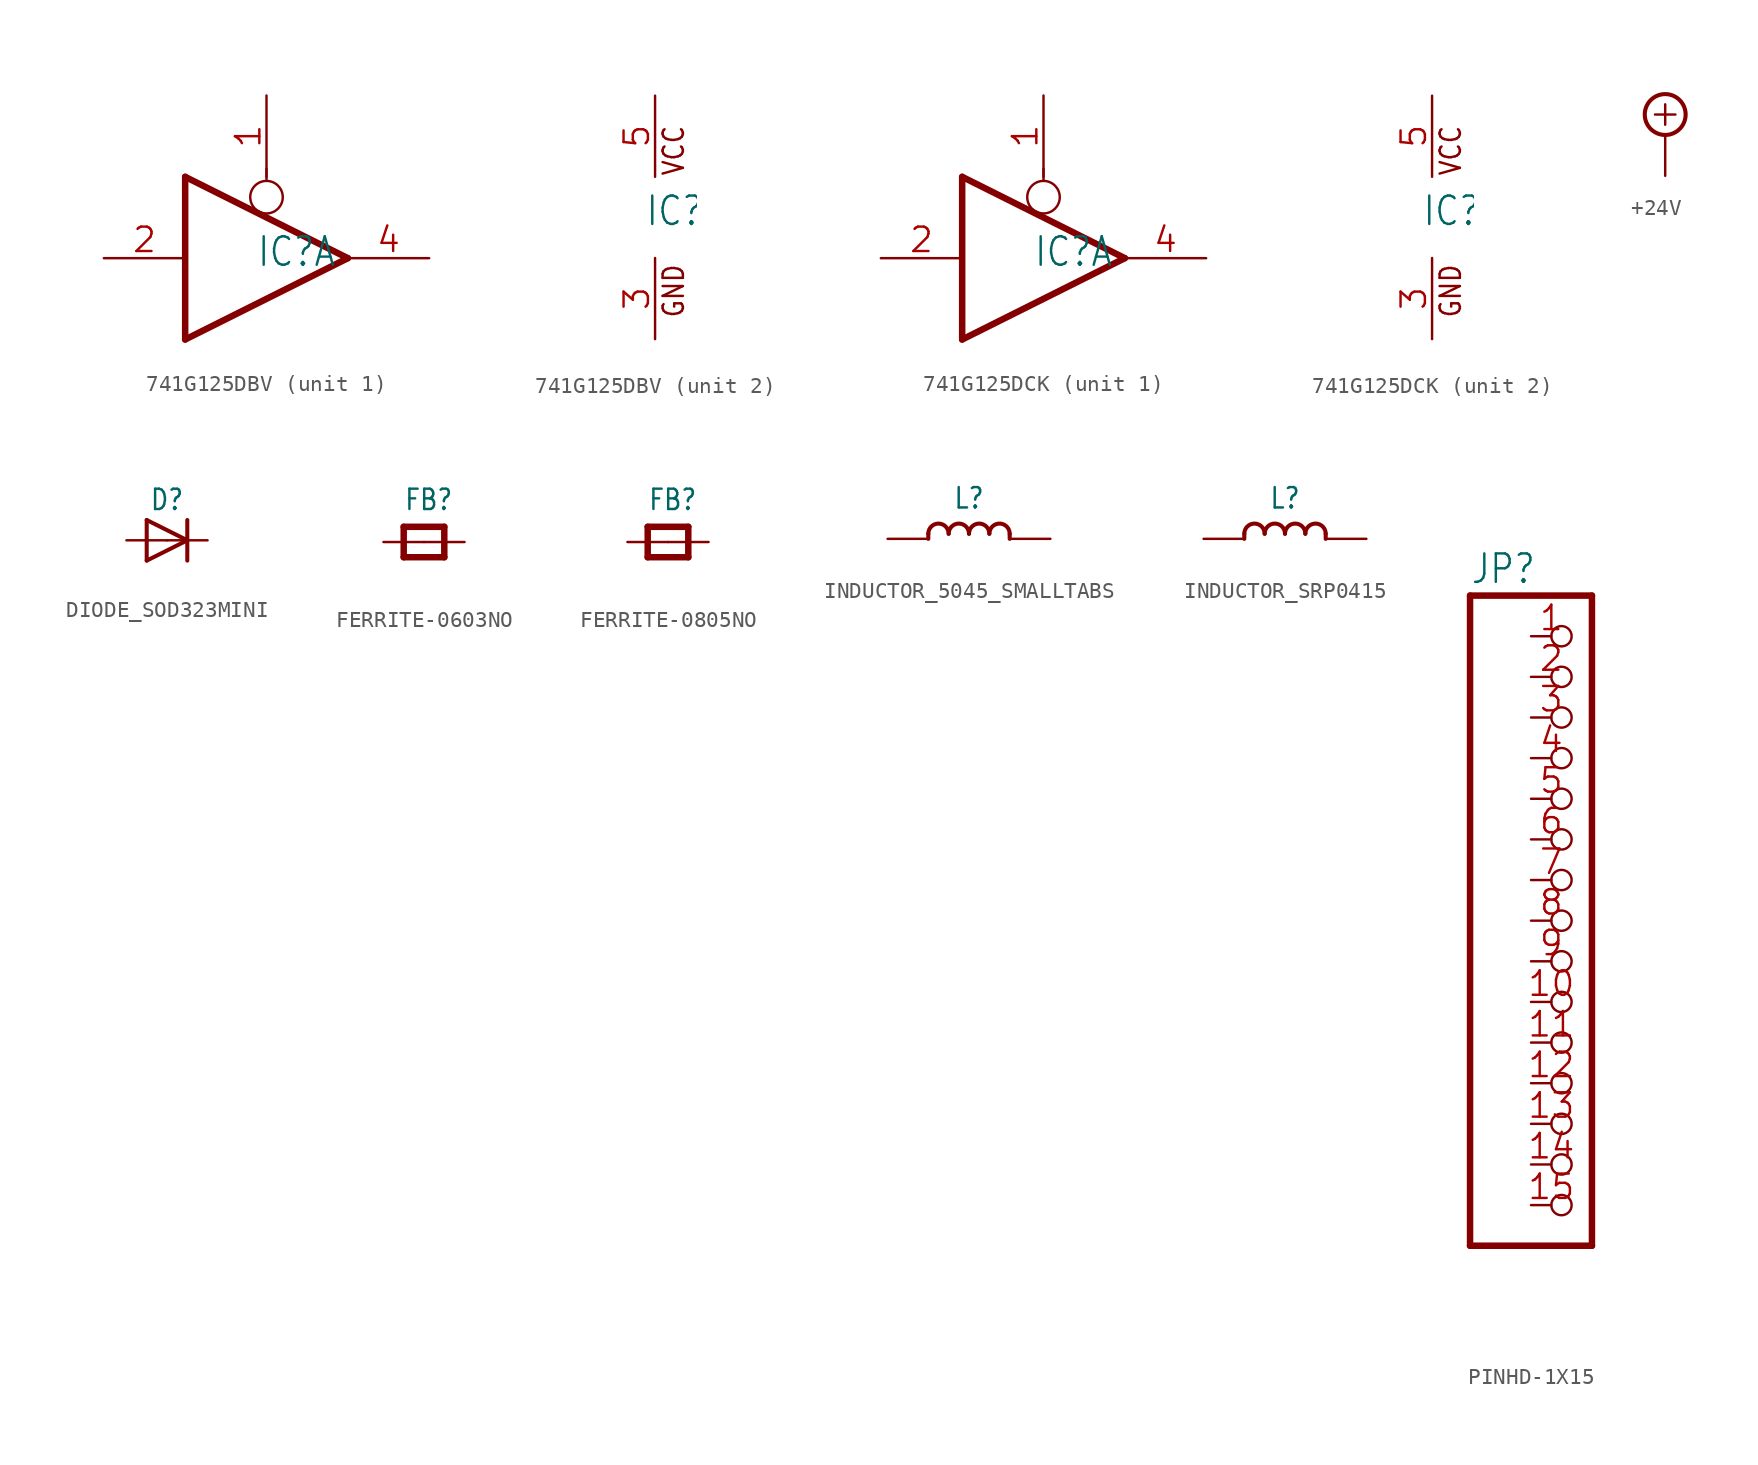
<source format=kicad_sym>
(kicad_symbol_lib
  (version 20241209)
  (generator "kicad_symbol_editor")
  (generator_version "9.0")
  (symbol "741G125DBV"
    (property "Reference" "IC"
      (at -0.635 -0.635 0)
      (effects (font (size 1.778 1.511)) (justify left bottom)))
    (property "ki_locked" ""
      (at 0 0 0)
      (effects (font (size 1.27 1.27))))
    (symbol "741G125DBV_1_0"
      (polyline (pts (xy -5.08 -5.08) (xy -5.08 5.08)) (stroke (width 0.406) (type solid)) (fill (type none)))
      (polyline (pts (xy 0 4.826) (xy 0 5.588)) (stroke (width 0.152) (type solid)) (fill (type none)))
      (circle (center 0 3.81) (radius 1.016) (stroke (width 0.152) (type solid)) (fill (type none)))
      (polyline (pts (xy 5.08 0) (xy -5.08 5.08)) (stroke (width 0.406) (type solid)) (fill (type none)))
      (polyline (pts (xy 5.08 0) (xy -5.08 -5.08)) (stroke (width 0.406) (type solid)) (fill (type none)))
      (pin input line (at -10.16 0 0) (length 5.08) (name "I" (effects (font (size 0 0)))) (number "2" (effects (font (size 1.524 1.524)))))
      (pin input line (at 0 10.16 270) (length 5.08) (name "OE" (effects (font (size 0 0)))) (number "1" (effects (font (size 1.524 1.524)))))
      (pin tri_state line (at 10.16 0 180) (length 5.08) (name "O" (effects (font (size 0 0)))) (number "4" (effects (font (size 1.524 1.524))))))
    (symbol "741G125DBV_2_0"
      (text "VCC" (at 1.905 2.54 900) (effects (font (size 1.27 1.079)) (justify left bottom)))
      (text "GND" (at 1.905 -6.35 900) (effects (font (size 1.27 1.079)) (justify left bottom)))
      (pin power_in line (at 0 7.62 270) (length 5.08) (name "VCC" (effects (font (size 0 0)))) (number "5" (effects (font (size 1.524 1.524)))))
      (pin power_in line (at 0 -7.62 90) (length 5.08) (name "GND" (effects (font (size 0 0)))) (number "3" (effects (font (size 1.524 1.524)))))))
  (symbol "741G125DCK"
    (property "Reference" "IC"
      (at -0.635 -0.635 0)
      (effects (font (size 1.778 1.511)) (justify left bottom)))
    (property "ki_locked" ""
      (at 0 0 0)
      (effects (font (size 1.27 1.27))))
    (symbol "741G125DCK_1_0"
      (polyline (pts (xy -5.08 -5.08) (xy -5.08 5.08)) (stroke (width 0.406) (type solid)) (fill (type none)))
      (polyline (pts (xy 0 4.826) (xy 0 5.588)) (stroke (width 0.152) (type solid)) (fill (type none)))
      (circle (center 0 3.81) (radius 1.016) (stroke (width 0.152) (type solid)) (fill (type none)))
      (polyline (pts (xy 5.08 0) (xy -5.08 5.08)) (stroke (width 0.406) (type solid)) (fill (type none)))
      (polyline (pts (xy 5.08 0) (xy -5.08 -5.08)) (stroke (width 0.406) (type solid)) (fill (type none)))
      (pin input line (at -10.16 0 0) (length 5.08) (name "I" (effects (font (size 0 0)))) (number "2" (effects (font (size 1.524 1.524)))))
      (pin input line (at 0 10.16 270) (length 5.08) (name "OE" (effects (font (size 0 0)))) (number "1" (effects (font (size 1.524 1.524)))))
      (pin tri_state line (at 10.16 0 180) (length 5.08) (name "O" (effects (font (size 0 0)))) (number "4" (effects (font (size 1.524 1.524))))))
    (symbol "741G125DCK_2_0"
      (text "VCC" (at 1.905 2.54 900) (effects (font (size 1.27 1.079)) (justify left bottom)))
      (text "GND" (at 1.905 -6.35 900) (effects (font (size 1.27 1.079)) (justify left bottom)))
      (pin power_in line (at 0 7.62 270) (length 5.08) (name "VCC" (effects (font (size 0 0)))) (number "5" (effects (font (size 1.524 1.524)))))
      (pin power_in line (at 0 -7.62 90) (length 5.08) (name "GND" (effects (font (size 0 0)))) (number "3" (effects (font (size 1.524 1.524)))))))
  (symbol "+24V"
    (power)
    (property "Reference" "#SUPPLY"
      (at 0 0 0)
      (effects (font (size 1.27 1.27)) (hide yes)))
    (property "Value" ""
      (at -2.54 3.175 0)
      (effects (font (size 1.778 1.511)) (justify left bottom)))
    (property "ki_locked" ""
      (at 0 0 0)
      (effects (font (size 1.27 1.27))))
    (symbol "+24V_1_0"
      (polyline (pts (xy -0.635 1.27) (xy 0.635 1.27)) (stroke (width 0.152) (type solid)) (fill (type none)))
      (circle (center 0 1.27) (radius 1.27) (stroke (width 0.254) (type solid)) (fill (type none)))
      (polyline (pts (xy 0 0.635) (xy 0 1.905)) (stroke (width 0.152) (type solid)) (fill (type none)))
      (pin power_in line (at 0 -2.54 90) (length 2.54) (name "+24V" (effects (font (size 0 0)))) (number "1" (effects (font (size 0 0)))))))
  (symbol "DIODE_SOD323MINI"
    (property "Reference" "D"
      (at 0 2.54 0)
      (effects (font (size 1.27 1.079))))
    (property "Value" ""
      (at 0 -2.5 0)
      (effects (font (size 1.27 1.079))))
    (property "ki_locked" ""
      (at 0 0 0)
      (effects (font (size 1.27 1.27))))
    (symbol "DIODE_SOD323MINI_1_0"
      (polyline (pts (xy -1.27 1.27) (xy -1.27 -1.27)) (stroke (width 0.254) (type solid)) (fill (type none)))
      (polyline (pts (xy -1.27 -1.27) (xy 1.27 0)) (stroke (width 0.254) (type solid)) (fill (type none)))
      (polyline (pts (xy 1.27 1.27) (xy 1.27 0)) (stroke (width 0.254) (type solid)) (fill (type none)))
      (polyline (pts (xy 1.27 0) (xy -1.27 1.27)) (stroke (width 0.254) (type solid)) (fill (type none)))
      (polyline (pts (xy 1.27 0) (xy 1.27 -1.27)) (stroke (width 0.254) (type solid)) (fill (type none)))
      (pin passive line (at -2.54 0 0) (length 2.54) (name "A" (effects (font (size 0 0)))) (number "A" (effects (font (size 0 0)))))
      (pin passive line (at 2.54 0 180) (length 2.54) (name "C" (effects (font (size 0 0)))) (number "C" (effects (font (size 0 0)))))))
  (symbol "FERRITE-0603NO"
    (property "Reference" "FB"
      (at -1.27 1.905 0)
      (effects (font (size 1.27 1.079)) (justify left bottom)))
    (property "Value" ""
      (at -1.27 -3.175 0)
      (effects (font (size 1.27 1.079)) (justify left bottom)))
    (property "ki_locked" ""
      (at 0 0 0)
      (effects (font (size 1.27 1.27))))
    (symbol "FERRITE-0603NO_1_0"
      (polyline (pts (xy -1.27 0.953) (xy 1.27 0.953)) (stroke (width 0.406) (type solid)) (fill (type none)))
      (polyline (pts (xy -1.27 -0.953) (xy -1.27 0.953)) (stroke (width 0.406) (type solid)) (fill (type none)))
      (polyline (pts (xy 1.27 0.953) (xy 1.27 -0.953)) (stroke (width 0.406) (type solid)) (fill (type none)))
      (polyline (pts (xy 1.27 -0.953) (xy -1.27 -0.953)) (stroke (width 0.406) (type solid)) (fill (type none)))
      (pin passive line (at -2.54 0 0) (length 2.54) (name "P$1" (effects (font (size 0 0)))) (number "1" (effects (font (size 0 0)))))
      (pin passive line (at 2.54 0 180) (length 2.54) (name "P$2" (effects (font (size 0 0)))) (number "2" (effects (font (size 0 0)))))))
  (symbol "FERRITE-0805NO"
    (property "Reference" "FB"
      (at -1.27 1.905 0)
      (effects (font (size 1.27 1.079)) (justify left bottom)))
    (property "Value" ""
      (at -1.27 -3.175 0)
      (effects (font (size 1.27 1.079)) (justify left bottom)))
    (property "ki_locked" ""
      (at 0 0 0)
      (effects (font (size 1.27 1.27))))
    (symbol "FERRITE-0805NO_1_0"
      (polyline (pts (xy -1.27 0.953) (xy 1.27 0.953)) (stroke (width 0.406) (type solid)) (fill (type none)))
      (polyline (pts (xy -1.27 -0.953) (xy -1.27 0.953)) (stroke (width 0.406) (type solid)) (fill (type none)))
      (polyline (pts (xy 1.27 0.953) (xy 1.27 -0.953)) (stroke (width 0.406) (type solid)) (fill (type none)))
      (polyline (pts (xy 1.27 -0.953) (xy -1.27 -0.953)) (stroke (width 0.406) (type solid)) (fill (type none)))
      (pin passive line (at -2.54 0 0) (length 2.54) (name "P$1" (effects (font (size 0 0)))) (number "1" (effects (font (size 0 0)))))
      (pin passive line (at 2.54 0 180) (length 2.54) (name "P$2" (effects (font (size 0 0)))) (number "2" (effects (font (size 0 0)))))))
  (symbol "INDUCTOR_5045_SMALLTABS"
    (property "Reference" "L"
      (at 0 2.54 0)
      (effects (font (size 1.27 1.079))))
    (property "Value" ""
      (at 0 -1.54 0)
      (effects (font (size 1.27 1.079))))
    (property "ki_locked" ""
      (at 0 0 0)
      (effects (font (size 1.27 1.27))))
    (symbol "INDUCTOR_5045_SMALLTABS_1_0"
      (polyline (pts (xy -2.54 0.318) (xy -2.54 0)) (stroke (width 0.254) (type solid)) (fill (type none)))
      (arc (start -2.54 0.3175) (mid -1.9049 0.9524) (end -1.27 0.3173) (stroke (width 0.254) (type solid)) (fill (type none)))
      (arc (start -1.27 0.3175) (mid -0.6349 0.9524) (end 0 0.3173) (stroke (width 0.254) (type solid)) (fill (type none)))
      (arc (start 0 0.3175) (mid 0.6351 0.9524) (end 1.27 0.3173) (stroke (width 0.254) (type solid)) (fill (type none)))
      (arc (start 1.27 0.3175) (mid 1.9051 0.9524) (end 2.54 0.3173) (stroke (width 0.254) (type solid)) (fill (type none)))
      (polyline (pts (xy 2.54 0.318) (xy 2.54 0)) (stroke (width 0.254) (type solid)) (fill (type none)))
      (pin passive line (at -5.08 0 0) (length 2.54) (name "1" (effects (font (size 0 0)))) (number "1" (effects (font (size 0 0)))))
      (pin passive line (at 5.08 0 180) (length 2.54) (name "2" (effects (font (size 0 0)))) (number "2" (effects (font (size 0 0)))))))
  (symbol "INDUCTOR_SRP0415"
    (property "Reference" "L"
      (at 0 2.54 0)
      (effects (font (size 1.27 1.079))))
    (property "Value" ""
      (at 0 -1.54 0)
      (effects (font (size 1.27 1.079))))
    (property "ki_locked" ""
      (at 0 0 0)
      (effects (font (size 1.27 1.27))))
    (symbol "INDUCTOR_SRP0415_1_0"
      (polyline (pts (xy -2.54 0.318) (xy -2.54 0)) (stroke (width 0.254) (type solid)) (fill (type none)))
      (arc (start -2.54 0.3175) (mid -1.9049 0.9524) (end -1.27 0.3173) (stroke (width 0.254) (type solid)) (fill (type none)))
      (arc (start -1.27 0.3175) (mid -0.6349 0.9524) (end 0 0.3173) (stroke (width 0.254) (type solid)) (fill (type none)))
      (arc (start 0 0.3175) (mid 0.6351 0.9524) (end 1.27 0.3173) (stroke (width 0.254) (type solid)) (fill (type none)))
      (arc (start 1.27 0.3175) (mid 1.9051 0.9524) (end 2.54 0.3173) (stroke (width 0.254) (type solid)) (fill (type none)))
      (polyline (pts (xy 2.54 0.318) (xy 2.54 0)) (stroke (width 0.254) (type solid)) (fill (type none)))
      (pin passive line (at -5.08 0 0) (length 2.54) (name "1" (effects (font (size 0 0)))) (number "P$1" (effects (font (size 0 0)))))
      (pin passive line (at 5.08 0 180) (length 2.54) (name "2" (effects (font (size 0 0)))) (number "P$2" (effects (font (size 0 0)))))))
  (symbol "PINHD-1X15"
    (property "Reference" "JP"
      (at -6.35 20.955 0)
      (effects (font (size 1.778 1.511)) (justify left bottom)))
    (property "Value" ""
      (at -6.35 -22.86 0)
      (effects (font (size 1.778 1.511)) (justify left bottom)))
    (property "ki_locked" ""
      (at 0 0 0)
      (effects (font (size 1.27 1.27))))
    (symbol "PINHD-1X15_1_0"
      (polyline (pts (xy -6.35 20.32) (xy -6.35 -20.32)) (stroke (width 0.406) (type solid)) (fill (type none)))
      (polyline (pts (xy -6.35 -20.32) (xy 1.27 -20.32)) (stroke (width 0.406) (type solid)) (fill (type none)))
      (polyline (pts (xy 1.27 20.32) (xy -6.35 20.32)) (stroke (width 0.406) (type solid)) (fill (type none)))
      (polyline (pts (xy 1.27 -20.32) (xy 1.27 20.32)) (stroke (width 0.406) (type solid)) (fill (type none)))
      (pin passive inverted (at -2.54 17.78 0) (length 2.54) (name "1" (effects (font (size 0 0)))) (number "1" (effects (font (size 1.524 1.524)))))
      (pin passive inverted (at -2.54 15.24 0) (length 2.54) (name "2" (effects (font (size 0 0)))) (number "2" (effects (font (size 1.524 1.524)))))
      (pin passive inverted (at -2.54 12.7 0) (length 2.54) (name "3" (effects (font (size 0 0)))) (number "3" (effects (font (size 1.524 1.524)))))
      (pin passive inverted (at -2.54 10.16 0) (length 2.54) (name "4" (effects (font (size 0 0)))) (number "4" (effects (font (size 1.524 1.524)))))
      (pin passive inverted (at -2.54 7.62 0) (length 2.54) (name "5" (effects (font (size 0 0)))) (number "5" (effects (font (size 1.524 1.524)))))
      (pin passive inverted (at -2.54 5.08 0) (length 2.54) (name "6" (effects (font (size 0 0)))) (number "6" (effects (font (size 1.524 1.524)))))
      (pin passive inverted (at -2.54 2.54 0) (length 2.54) (name "7" (effects (font (size 0 0)))) (number "7" (effects (font (size 1.524 1.524)))))
      (pin passive inverted (at -2.54 0 0) (length 2.54) (name "8" (effects (font (size 0 0)))) (number "8" (effects (font (size 1.524 1.524)))))
      (pin passive inverted (at -2.54 -2.54 0) (length 2.54) (name "9" (effects (font (size 0 0)))) (number "9" (effects (font (size 1.524 1.524)))))
      (pin passive inverted (at -2.54 -5.08 0) (length 2.54) (name "10" (effects (font (size 0 0)))) (number "10" (effects (font (size 1.524 1.524)))))
      (pin passive inverted (at -2.54 -7.62 0) (length 2.54) (name "11" (effects (font (size 0 0)))) (number "11" (effects (font (size 1.524 1.524)))))
      (pin passive inverted (at -2.54 -10.16 0) (length 2.54) (name "12" (effects (font (size 0 0)))) (number "12" (effects (font (size 1.524 1.524)))))
      (pin passive inverted (at -2.54 -12.7 0) (length 2.54) (name "13" (effects (font (size 0 0)))) (number "13" (effects (font (size 1.524 1.524)))))
      (pin passive inverted (at -2.54 -15.24 0) (length 2.54) (name "14" (effects (font (size 0 0)))) (number "14" (effects (font (size 1.524 1.524)))))
      (pin passive inverted (at -2.54 -17.78 0) (length 2.54) (name "15" (effects (font (size 0 0)))) (number "15" (effects (font (size 1.524 1.524))))))))
</source>
